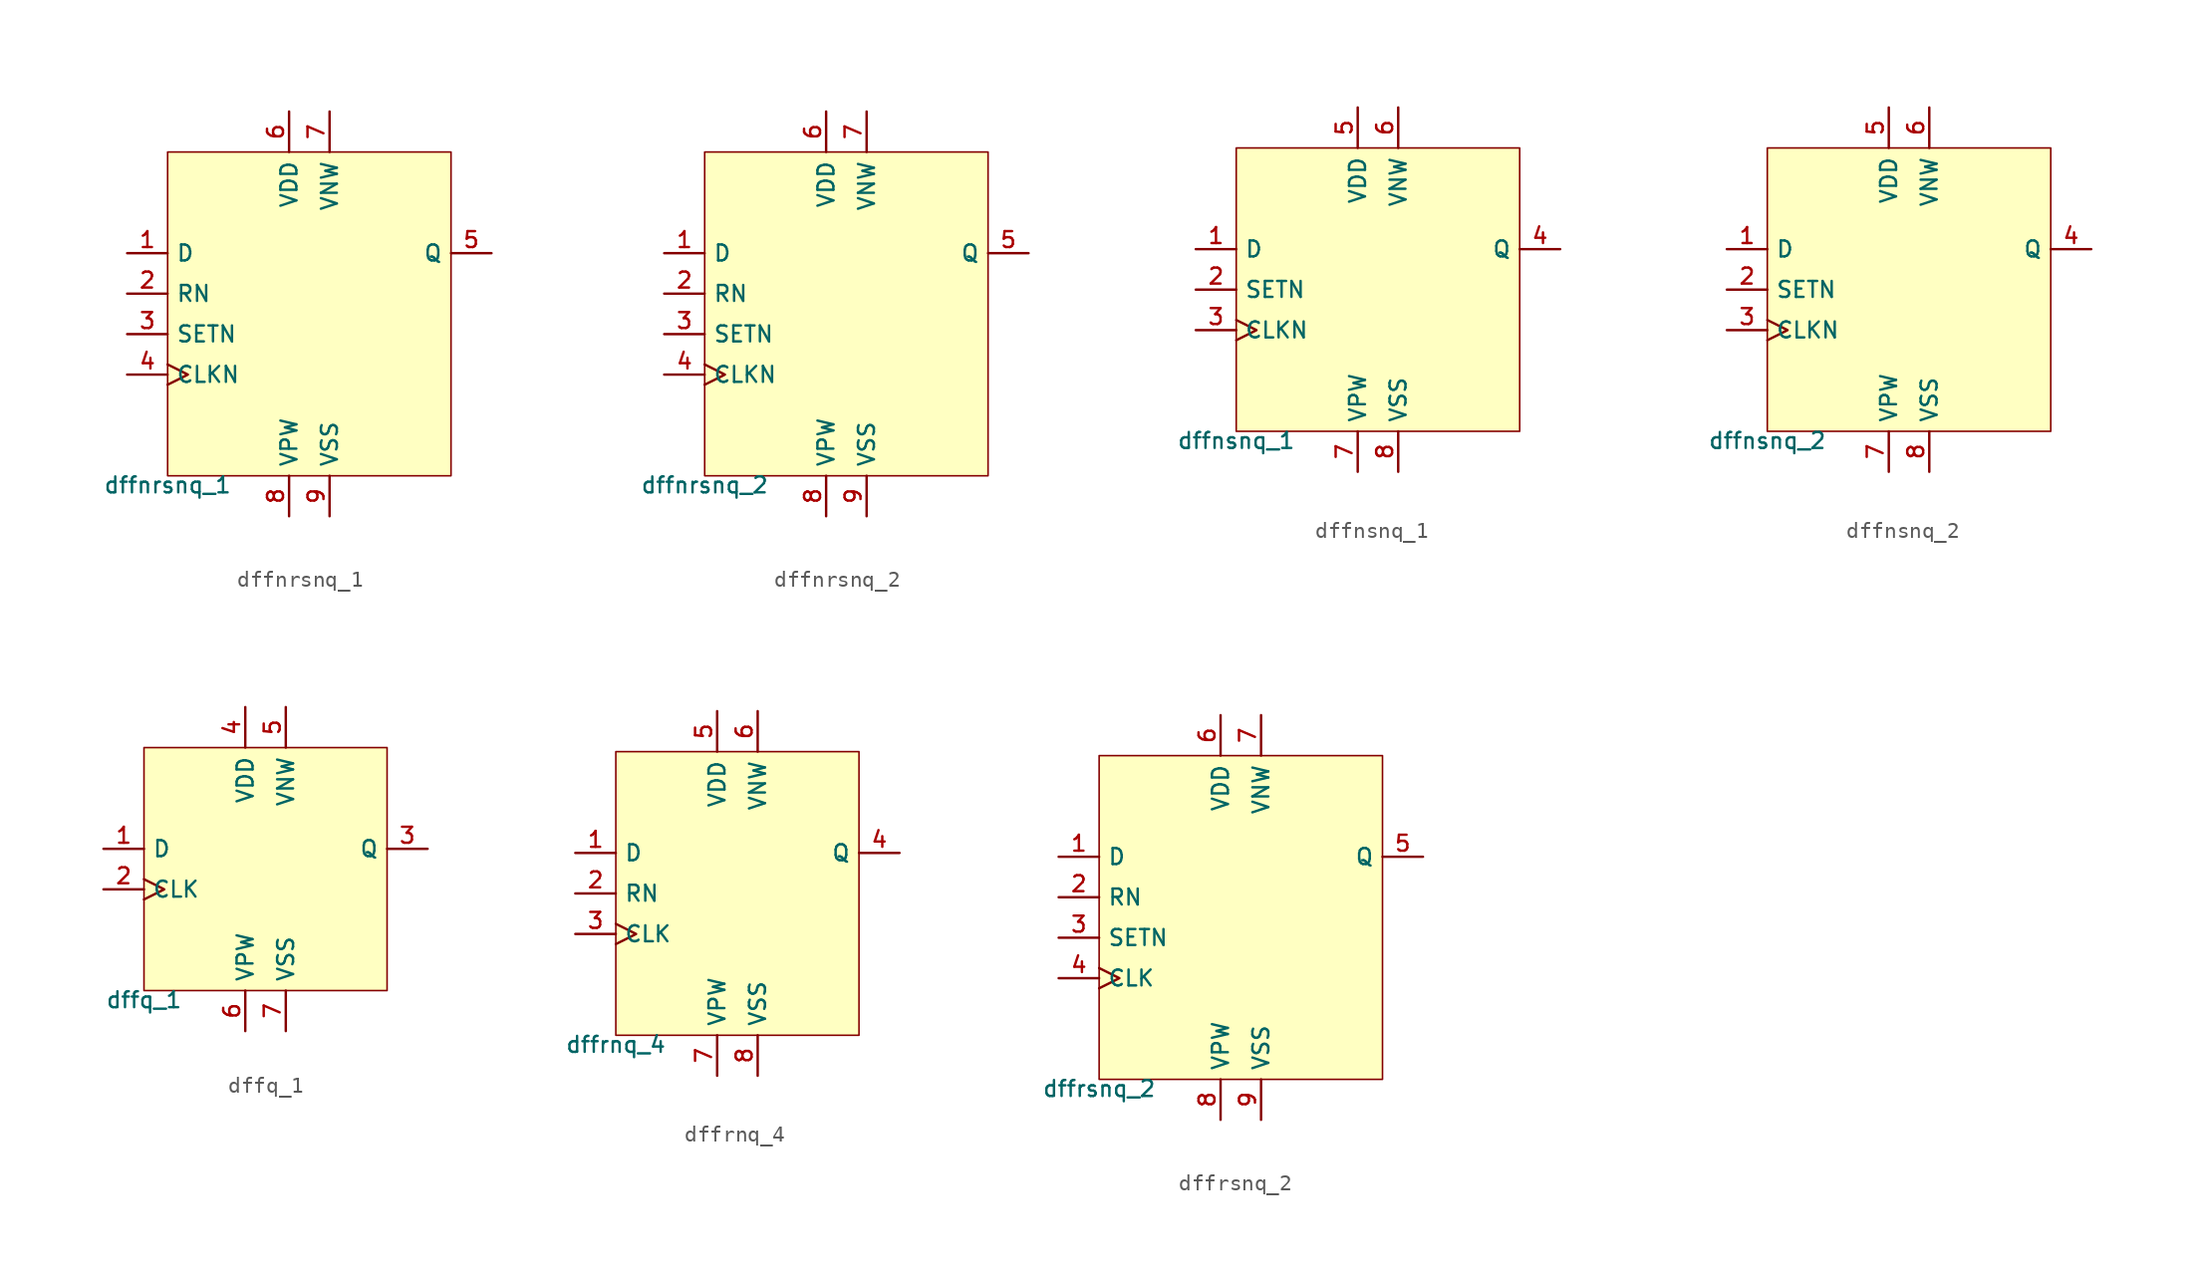
<source format=kicad_sym>
(kicad_symbol_lib
  (version 20211014)
  (generator pdk2kicad)
  (symbol "dffnrsnq_1"
    (property "Reference" "X"
      (at 0 0 0)
      (effects (font (size 1 1)) hide))
    (property "Value" "dffnrsnq_1"
      (at -8.89 -10.16 0)
      (effects (font (size 1 1)) (justify top)))
    (rectangle
      (start -8.89 -10.16)
      (end 8.89 10.16)
      (stroke (width 0.1) (type solid) (color 0 0 0 0))
      (fill (type background)))
    (pin input line
      (at -11.43 3.81 0)
      (length 2.54)
      (name "D" (effects (font (size 1 1)) hide))
      (number "1" (effects (font (size 1 1)) hide)))
    (pin input line
      (at -11.43 1.27 0)
      (length 2.54)
      (name "RN" (effects (font (size 1 1)) hide))
      (number "2" (effects (font (size 1 1)) hide)))
    (pin input line
      (at -11.43 -1.27 0)
      (length 2.54)
      (name "SETN" (effects (font (size 1 1)) hide))
      (number "3" (effects (font (size 1 1)) hide)))
    (pin input clock
      (at -11.43 -3.81 0)
      (length 2.54)
      (name "CLKN" (effects (font (size 1 1)) hide))
      (number "4" (effects (font (size 1 1)) hide)))
    (pin output line
      (at 11.43 3.81 180)
      (length 2.54)
      (name "Q" (effects (font (size 1 1)) hide))
      (number "5" (effects (font (size 1 1)) hide)))
    (pin power_in line
      (at -1.27 12.7 270)
      (length 2.54)
      (name "VDD" (effects (font (size 1 1)) hide))
      (number "6" (effects (font (size 1 1)) hide)))
    (pin power_in line
      (at 1.27 12.7 270)
      (length 2.54)
      (name "VNW" (effects (font (size 1 1)) hide))
      (number "7" (effects (font (size 1 1)) hide)))
    (pin power_in line
      (at -1.27 -12.7 90)
      (length 2.54)
      (name "VPW" (effects (font (size 1 1)) hide))
      (number "8" (effects (font (size 1 1)) hide)))
    (pin power_in line
      (at 1.27 -12.7 90)
      (length 2.54)
      (name "VSS" (effects (font (size 1 1)) hide))
      (number "9" (effects (font (size 1 1)) hide))))
  (symbol "dffnrsnq_2"
    (property "Reference" "X"
      (at 0 0 0)
      (effects (font (size 1 1)) hide))
    (property "Value" "dffnrsnq_2"
      (at -8.89 -10.16 0)
      (effects (font (size 1 1)) (justify top)))
    (rectangle
      (start -8.89 -10.16)
      (end 8.89 10.16)
      (stroke (width 0.1) (type solid) (color 0 0 0 0))
      (fill (type background)))
    (pin input line
      (at -11.43 3.81 0)
      (length 2.54)
      (name "D" (effects (font (size 1 1)) hide))
      (number "1" (effects (font (size 1 1)) hide)))
    (pin input line
      (at -11.43 1.27 0)
      (length 2.54)
      (name "RN" (effects (font (size 1 1)) hide))
      (number "2" (effects (font (size 1 1)) hide)))
    (pin input line
      (at -11.43 -1.27 0)
      (length 2.54)
      (name "SETN" (effects (font (size 1 1)) hide))
      (number "3" (effects (font (size 1 1)) hide)))
    (pin input clock
      (at -11.43 -3.81 0)
      (length 2.54)
      (name "CLKN" (effects (font (size 1 1)) hide))
      (number "4" (effects (font (size 1 1)) hide)))
    (pin output line
      (at 11.43 3.81 180)
      (length 2.54)
      (name "Q" (effects (font (size 1 1)) hide))
      (number "5" (effects (font (size 1 1)) hide)))
    (pin power_in line
      (at -1.27 12.7 270)
      (length 2.54)
      (name "VDD" (effects (font (size 1 1)) hide))
      (number "6" (effects (font (size 1 1)) hide)))
    (pin power_in line
      (at 1.27 12.7 270)
      (length 2.54)
      (name "VNW" (effects (font (size 1 1)) hide))
      (number "7" (effects (font (size 1 1)) hide)))
    (pin power_in line
      (at -1.27 -12.7 90)
      (length 2.54)
      (name "VPW" (effects (font (size 1 1)) hide))
      (number "8" (effects (font (size 1 1)) hide)))
    (pin power_in line
      (at 1.27 -12.7 90)
      (length 2.54)
      (name "VSS" (effects (font (size 1 1)) hide))
      (number "9" (effects (font (size 1 1)) hide))))
  (symbol "dffnsnq_1"
    (property "Reference" "X"
      (at 0 0 0)
      (effects (font (size 1 1)) hide))
    (property "Value" "dffnsnq_1"
      (at -8.89 -8.89 0)
      (effects (font (size 1 1)) (justify top)))
    (rectangle
      (start -8.89 -8.89)
      (end 8.89 8.89)
      (stroke (width 0.1) (type solid) (color 0 0 0 0))
      (fill (type background)))
    (pin input line
      (at -11.43 2.54 0)
      (length 2.54)
      (name "D" (effects (font (size 1 1)) hide))
      (number "1" (effects (font (size 1 1)) hide)))
    (pin input line
      (at -11.43 4.440892098500626e-16 0)
      (length 2.54)
      (name "SETN" (effects (font (size 1 1)) hide))
      (number "2" (effects (font (size 1 1)) hide)))
    (pin input clock
      (at -11.43 -2.54 0)
      (length 2.54)
      (name "CLKN" (effects (font (size 1 1)) hide))
      (number "3" (effects (font (size 1 1)) hide)))
    (pin output line
      (at 11.43 2.54 180)
      (length 2.54)
      (name "Q" (effects (font (size 1 1)) hide))
      (number "4" (effects (font (size 1 1)) hide)))
    (pin power_in line
      (at -1.27 11.43 270)
      (length 2.54)
      (name "VDD" (effects (font (size 1 1)) hide))
      (number "5" (effects (font (size 1 1)) hide)))
    (pin power_in line
      (at 1.27 11.43 270)
      (length 2.54)
      (name "VNW" (effects (font (size 1 1)) hide))
      (number "6" (effects (font (size 1 1)) hide)))
    (pin power_in line
      (at -1.27 -11.43 90)
      (length 2.54)
      (name "VPW" (effects (font (size 1 1)) hide))
      (number "7" (effects (font (size 1 1)) hide)))
    (pin power_in line
      (at 1.27 -11.43 90)
      (length 2.54)
      (name "VSS" (effects (font (size 1 1)) hide))
      (number "8" (effects (font (size 1 1)) hide))))
  (symbol "dffnsnq_2"
    (property "Reference" "X"
      (at 0 0 0)
      (effects (font (size 1 1)) hide))
    (property "Value" "dffnsnq_2"
      (at -8.89 -8.89 0)
      (effects (font (size 1 1)) (justify top)))
    (rectangle
      (start -8.89 -8.89)
      (end 8.89 8.89)
      (stroke (width 0.1) (type solid) (color 0 0 0 0))
      (fill (type background)))
    (pin input line
      (at -11.43 2.54 0)
      (length 2.54)
      (name "D" (effects (font (size 1 1)) hide))
      (number "1" (effects (font (size 1 1)) hide)))
    (pin input line
      (at -11.43 4.440892098500626e-16 0)
      (length 2.54)
      (name "SETN" (effects (font (size 1 1)) hide))
      (number "2" (effects (font (size 1 1)) hide)))
    (pin input clock
      (at -11.43 -2.54 0)
      (length 2.54)
      (name "CLKN" (effects (font (size 1 1)) hide))
      (number "3" (effects (font (size 1 1)) hide)))
    (pin output line
      (at 11.43 2.54 180)
      (length 2.54)
      (name "Q" (effects (font (size 1 1)) hide))
      (number "4" (effects (font (size 1 1)) hide)))
    (pin power_in line
      (at -1.27 11.43 270)
      (length 2.54)
      (name "VDD" (effects (font (size 1 1)) hide))
      (number "5" (effects (font (size 1 1)) hide)))
    (pin power_in line
      (at 1.27 11.43 270)
      (length 2.54)
      (name "VNW" (effects (font (size 1 1)) hide))
      (number "6" (effects (font (size 1 1)) hide)))
    (pin power_in line
      (at -1.27 -11.43 90)
      (length 2.54)
      (name "VPW" (effects (font (size 1 1)) hide))
      (number "7" (effects (font (size 1 1)) hide)))
    (pin power_in line
      (at 1.27 -11.43 90)
      (length 2.54)
      (name "VSS" (effects (font (size 1 1)) hide))
      (number "8" (effects (font (size 1 1)) hide))))
  (symbol "dffq_1"
    (property "Reference" "X"
      (at 0 0 0)
      (effects (font (size 1 1)) hide))
    (property "Value" "dffq_1"
      (at -7.62 -7.62 0)
      (effects (font (size 1 1)) (justify top)))
    (rectangle
      (start -7.62 -7.62)
      (end 7.62 7.62)
      (stroke (width 0.1) (type solid) (color 0 0 0 0))
      (fill (type background)))
    (pin input line
      (at -10.16 1.27 0)
      (length 2.54)
      (name "D" (effects (font (size 1 1)) hide))
      (number "1" (effects (font (size 1 1)) hide)))
    (pin input clock
      (at -10.16 -1.27 0)
      (length 2.54)
      (name "CLK" (effects (font (size 1 1)) hide))
      (number "2" (effects (font (size 1 1)) hide)))
    (pin output line
      (at 10.16 1.27 180)
      (length 2.54)
      (name "Q" (effects (font (size 1 1)) hide))
      (number "3" (effects (font (size 1 1)) hide)))
    (pin power_in line
      (at -1.27 10.16 270)
      (length 2.54)
      (name "VDD" (effects (font (size 1 1)) hide))
      (number "4" (effects (font (size 1 1)) hide)))
    (pin power_in line
      (at 1.27 10.16 270)
      (length 2.54)
      (name "VNW" (effects (font (size 1 1)) hide))
      (number "5" (effects (font (size 1 1)) hide)))
    (pin power_in line
      (at -1.27 -10.16 90)
      (length 2.54)
      (name "VPW" (effects (font (size 1 1)) hide))
      (number "6" (effects (font (size 1 1)) hide)))
    (pin power_in line
      (at 1.27 -10.16 90)
      (length 2.54)
      (name "VSS" (effects (font (size 1 1)) hide))
      (number "7" (effects (font (size 1 1)) hide))))
  (symbol "dffrnq_4"
    (property "Reference" "X"
      (at 0 0 0)
      (effects (font (size 1 1)) hide))
    (property "Value" "dffrnq_4"
      (at -7.62 -8.89 0)
      (effects (font (size 1 1)) (justify top)))
    (rectangle
      (start -7.62 -8.89)
      (end 7.62 8.89)
      (stroke (width 0.1) (type solid) (color 0 0 0 0))
      (fill (type background)))
    (pin input line
      (at -10.16 2.54 0)
      (length 2.54)
      (name "D" (effects (font (size 1 1)) hide))
      (number "1" (effects (font (size 1 1)) hide)))
    (pin input line
      (at -10.16 4.440892098500626e-16 0)
      (length 2.54)
      (name "RN" (effects (font (size 1 1)) hide))
      (number "2" (effects (font (size 1 1)) hide)))
    (pin input clock
      (at -10.16 -2.54 0)
      (length 2.54)
      (name "CLK" (effects (font (size 1 1)) hide))
      (number "3" (effects (font (size 1 1)) hide)))
    (pin output line
      (at 10.16 2.54 180)
      (length 2.54)
      (name "Q" (effects (font (size 1 1)) hide))
      (number "4" (effects (font (size 1 1)) hide)))
    (pin power_in line
      (at -1.27 11.43 270)
      (length 2.54)
      (name "VDD" (effects (font (size 1 1)) hide))
      (number "5" (effects (font (size 1 1)) hide)))
    (pin power_in line
      (at 1.27 11.43 270)
      (length 2.54)
      (name "VNW" (effects (font (size 1 1)) hide))
      (number "6" (effects (font (size 1 1)) hide)))
    (pin power_in line
      (at -1.27 -11.43 90)
      (length 2.54)
      (name "VPW" (effects (font (size 1 1)) hide))
      (number "7" (effects (font (size 1 1)) hide)))
    (pin power_in line
      (at 1.27 -11.43 90)
      (length 2.54)
      (name "VSS" (effects (font (size 1 1)) hide))
      (number "8" (effects (font (size 1 1)) hide))))
  (symbol "dffrsnq_2"
    (property "Reference" "X"
      (at 0 0 0)
      (effects (font (size 1 1)) hide))
    (property "Value" "dffrsnq_2"
      (at -8.89 -10.16 0)
      (effects (font (size 1 1)) (justify top)))
    (rectangle
      (start -8.89 -10.16)
      (end 8.89 10.16)
      (stroke (width 0.1) (type solid) (color 0 0 0 0))
      (fill (type background)))
    (pin input line
      (at -11.43 3.81 0)
      (length 2.54)
      (name "D" (effects (font (size 1 1)) hide))
      (number "1" (effects (font (size 1 1)) hide)))
    (pin input line
      (at -11.43 1.27 0)
      (length 2.54)
      (name "RN" (effects (font (size 1 1)) hide))
      (number "2" (effects (font (size 1 1)) hide)))
    (pin input line
      (at -11.43 -1.27 0)
      (length 2.54)
      (name "SETN" (effects (font (size 1 1)) hide))
      (number "3" (effects (font (size 1 1)) hide)))
    (pin input clock
      (at -11.43 -3.81 0)
      (length 2.54)
      (name "CLK" (effects (font (size 1 1)) hide))
      (number "4" (effects (font (size 1 1)) hide)))
    (pin output line
      (at 11.43 3.81 180)
      (length 2.54)
      (name "Q" (effects (font (size 1 1)) hide))
      (number "5" (effects (font (size 1 1)) hide)))
    (pin power_in line
      (at -1.27 12.7 270)
      (length 2.54)
      (name "VDD" (effects (font (size 1 1)) hide))
      (number "6" (effects (font (size 1 1)) hide)))
    (pin power_in line
      (at 1.27 12.7 270)
      (length 2.54)
      (name "VNW" (effects (font (size 1 1)) hide))
      (number "7" (effects (font (size 1 1)) hide)))
    (pin power_in line
      (at -1.27 -12.7 90)
      (length 2.54)
      (name "VPW" (effects (font (size 1 1)) hide))
      (number "8" (effects (font (size 1 1)) hide)))
    (pin power_in line
      (at 1.27 -12.7 90)
      (length 2.54)
      (name "VSS" (effects (font (size 1 1)) hide))
      (number "9" (effects (font (size 1 1)) hide)))))
</source>
